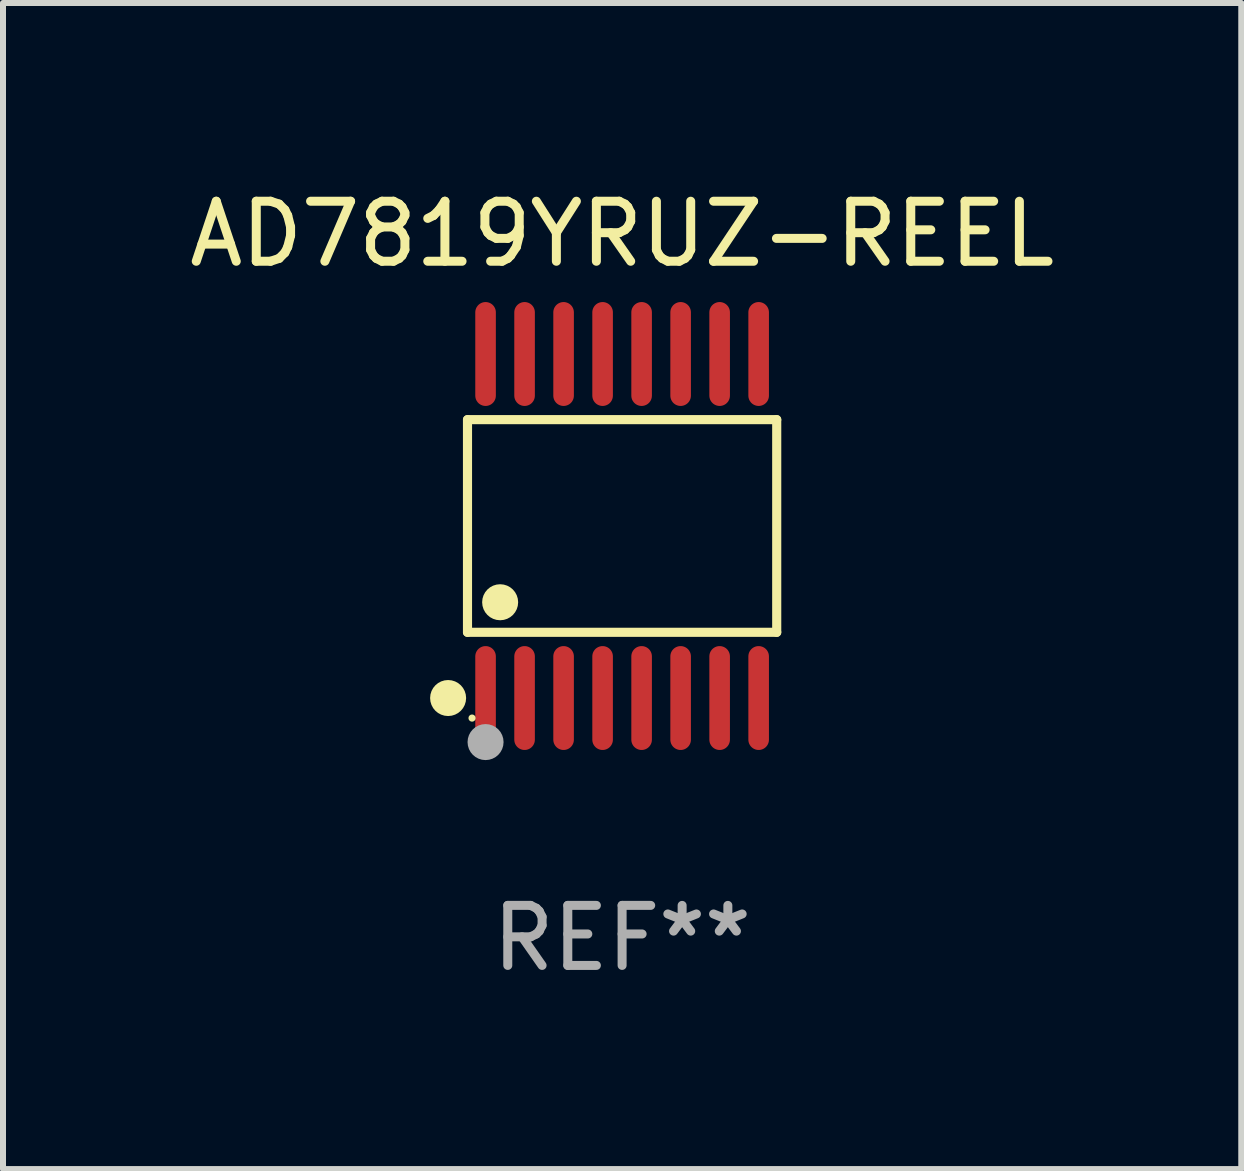
<source format=kicad_pcb>
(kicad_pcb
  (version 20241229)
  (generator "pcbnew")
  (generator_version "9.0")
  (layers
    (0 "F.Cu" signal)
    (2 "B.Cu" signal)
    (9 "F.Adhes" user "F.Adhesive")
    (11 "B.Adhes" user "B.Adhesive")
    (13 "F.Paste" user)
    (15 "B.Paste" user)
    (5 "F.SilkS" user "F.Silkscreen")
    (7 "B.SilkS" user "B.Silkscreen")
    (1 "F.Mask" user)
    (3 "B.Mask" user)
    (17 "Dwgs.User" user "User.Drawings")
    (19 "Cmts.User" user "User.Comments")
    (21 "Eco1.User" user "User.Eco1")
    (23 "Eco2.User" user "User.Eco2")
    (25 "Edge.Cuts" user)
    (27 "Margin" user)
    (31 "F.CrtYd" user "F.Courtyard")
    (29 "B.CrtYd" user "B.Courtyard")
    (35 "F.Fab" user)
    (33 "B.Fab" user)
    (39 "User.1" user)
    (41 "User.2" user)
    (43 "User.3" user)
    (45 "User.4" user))
  (footprint "AD7819YRUZ-REEL"
    (layer "F.Cu")
    (at 7.315 5.714)
    (property "Reference" "AD7819YRUZ-REEL" (at 0 -4.866 0) (layer "F.SilkS") (effects (font (size 1 1) (thickness 0.15))))
    (attr through_hole)
    (fp_line (start -2.576 -1.772) (end 2.576 -1.772) (stroke (width 0.152) (type solid)) (layer "F.SilkS"))
    (fp_line (start -2.576 1.771) (end -2.576 -1.772) (stroke (width 0.152) (type solid)) (layer "F.SilkS"))
    (fp_line (start 2.576 -1.772) (end 2.576 1.771) (stroke (width 0.152) (type solid)) (layer "F.SilkS"))
    (fp_line (start 2.576 1.771) (end -2.576 1.771) (stroke (width 0.152) (type solid)) (layer "F.SilkS"))
    (fp_circle (center -2.899 2.866) (end -2.749 2.866) (stroke (width 0.3) (type solid)) (fill no) (layer "F.SilkS"))
    (fp_circle (center -2.5 3.2) (end -2.47 3.2) (stroke (width 0.06) (type solid)) (fill no) (layer "F.SilkS"))
    (fp_circle (center -2.032 1.27) (end -1.882 1.27) (stroke (width 0.3) (type solid)) (fill no) (layer "F.SilkS"))
    (fp_circle (center -2.275 3.6) (end -2.125 3.6) (stroke (width 0.3) (type solid)) (fill no) (layer "F.Fab"))
    (fp_text user "REF**" (at 0 6.866 0) (layer "F.Fab") (effects (font (size 1 1) (thickness 0.15))))
    (pad "1" smd oval (at -2.275 2.866) (size 0.343 1.731) (layers "F.Cu" "F.Mask" "F.Paste"))
    (pad "2" smd oval (at -1.625 2.866) (size 0.343 1.731) (layers "F.Cu" "F.Mask" "F.Paste"))
    (pad "3" smd oval (at -0.975 2.866) (size 0.343 1.731) (layers "F.Cu" "F.Mask" "F.Paste"))
    (pad "4" smd oval (at -0.325 2.866) (size 0.343 1.731) (layers "F.Cu" "F.Mask" "F.Paste"))
    (pad "5" smd oval (at 0.325 2.866) (size 0.343 1.731) (layers "F.Cu" "F.Mask" "F.Paste"))
    (pad "6" smd oval (at 0.975 2.866) (size 0.343 1.731) (layers "F.Cu" "F.Mask" "F.Paste"))
    (pad "7" smd oval (at 1.625 2.866) (size 0.343 1.731) (layers "F.Cu" "F.Mask" "F.Paste"))
    (pad "8" smd oval (at 2.275 2.866) (size 0.343 1.731) (layers "F.Cu" "F.Mask" "F.Paste"))
    (pad "9" smd oval (at 2.275 -2.866) (size 0.343 1.731) (layers "F.Cu" "F.Mask" "F.Paste"))
    (pad "10" smd oval (at 1.625 -2.866) (size 0.343 1.731) (layers "F.Cu" "F.Mask" "F.Paste"))
    (pad "11" smd oval (at 0.975 -2.866) (size 0.343 1.731) (layers "F.Cu" "F.Mask" "F.Paste"))
    (pad "12" smd oval (at 0.325 -2.866) (size 0.343 1.731) (layers "F.Cu" "F.Mask" "F.Paste"))
    (pad "13" smd oval (at -0.325 -2.866) (size 0.343 1.731) (layers "F.Cu" "F.Mask" "F.Paste"))
    (pad "14" smd oval (at -0.975 -2.866) (size 0.343 1.731) (layers "F.Cu" "F.Mask" "F.Paste"))
    (pad "15" smd oval (at -1.625 -2.866) (size 0.343 1.731) (layers "F.Cu" "F.Mask" "F.Paste"))
    (pad "16" smd oval (at -2.275 -2.866) (size 0.343 1.731) (layers "F.Cu" "F.Mask" "F.Paste")))
  (gr_rect
    (start -3 -3)
    (end 17.631 16.428)
    (stroke (width 0.1) (type default))
    (fill no)
    (layer "Edge.Cuts")))
</source>
